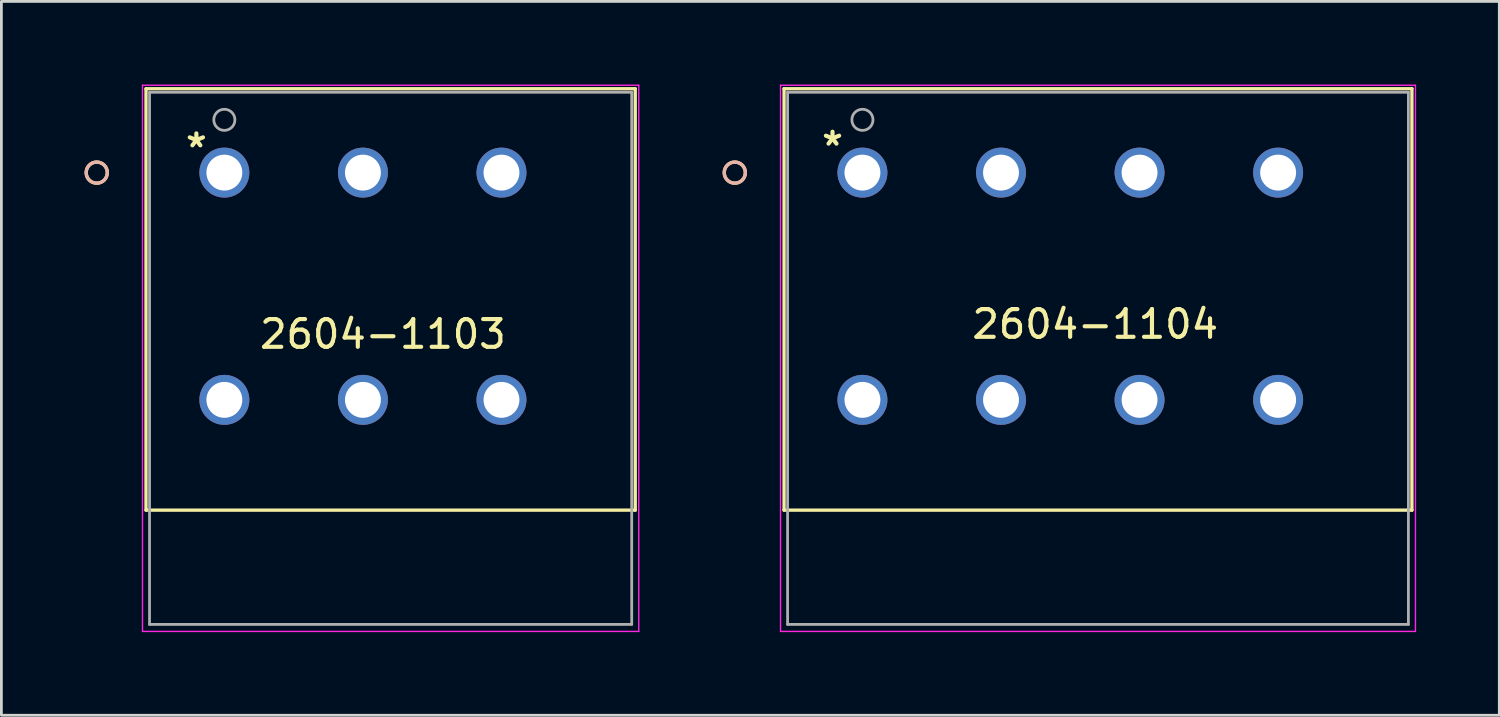
<source format=kicad_pcb>
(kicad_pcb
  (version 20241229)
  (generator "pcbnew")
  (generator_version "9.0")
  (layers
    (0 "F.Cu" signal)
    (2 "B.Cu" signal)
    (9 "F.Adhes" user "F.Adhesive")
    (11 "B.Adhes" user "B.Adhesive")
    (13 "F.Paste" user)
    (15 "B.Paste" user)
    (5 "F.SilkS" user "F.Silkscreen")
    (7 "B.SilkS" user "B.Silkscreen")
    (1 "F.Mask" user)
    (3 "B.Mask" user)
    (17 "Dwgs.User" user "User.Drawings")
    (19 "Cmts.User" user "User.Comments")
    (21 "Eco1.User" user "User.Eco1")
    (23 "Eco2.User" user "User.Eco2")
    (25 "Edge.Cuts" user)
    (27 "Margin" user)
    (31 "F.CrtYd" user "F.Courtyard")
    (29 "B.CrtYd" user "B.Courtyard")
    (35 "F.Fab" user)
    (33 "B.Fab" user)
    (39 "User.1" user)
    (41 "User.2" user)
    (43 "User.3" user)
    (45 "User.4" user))
  (footprint "2604-1103"
    (layer "F.Cu")
    (at 5.046 3.179)
    (property "Reference" "2604-1103" (at 5.72 5.83 0) (layer "F.SilkS") (effects (font (size 1 1) (thickness 0.15))))
    (attr through_hole)
    (fp_line (start -2.827 -3.027) (end -2.827 12.18) (stroke (width 0.12) (type solid)) (layer "F.SilkS"))
    (fp_line (start -2.827 12.18) (end 14.826 12.18) (stroke (width 0.12) (type solid)) (layer "F.SilkS"))
    (fp_line (start 14.826 -3.027) (end -2.827 -3.027) (stroke (width 0.12) (type solid)) (layer "F.SilkS"))
    (fp_line (start 14.826 12.18) (end 14.826 -3.027) (stroke (width 0.12) (type solid)) (layer "F.SilkS"))
    (fp_circle (center -4.605 0) (end -4.224 0) (stroke (width 0.12) (type solid)) (fill no) (layer "F.SilkS"))
    (fp_circle (center -4.605 0) (end -4.224 0) (stroke (width 0.12) (type solid)) (fill no) (layer "B.SilkS"))
    (fp_line (start -2.954 -3.154) (end -2.954 16.556) (stroke (width 0.05) (type solid)) (layer "F.CrtYd"))
    (fp_line (start -2.954 16.556) (end 14.953 16.556) (stroke (width 0.05) (type solid)) (layer "F.CrtYd"))
    (fp_line (start 14.953 -3.154) (end -2.954 -3.154) (stroke (width 0.05) (type solid)) (layer "F.CrtYd"))
    (fp_line (start 14.953 16.556) (end 14.953 -3.154) (stroke (width 0.05) (type solid)) (layer "F.CrtYd"))
    (fp_line (start -2.7 -2.9) (end -2.7 16.302) (stroke (width 0.1) (type solid)) (layer "F.Fab"))
    (fp_line (start -2.7 16.302) (end 14.699 16.302) (stroke (width 0.1) (type solid)) (layer "F.Fab"))
    (fp_line (start 14.699 -2.9) (end -2.7 -2.9) (stroke (width 0.1) (type solid)) (layer "F.Fab"))
    (fp_line (start 14.699 16.302) (end 14.699 -2.9) (stroke (width 0.1) (type solid)) (layer "F.Fab"))
    (fp_circle (center 0 -1.905) (end 0.381 -1.905) (stroke (width 0.1) (type solid)) (fill no) (layer "F.Fab"))
    (fp_text user "*" (at -1.01 -0.87 0) (layer "F.SilkS") (effects (font (size 1 1) (thickness 0.15))))
    (fp_text user "*" (at 0 0 0) (layer "F.Fab") (effects (font (size 1 1) (thickness 0.15))))
    (pad "1" thru_hole circle (at 0 0) (size 1.803 1.803) (drill 1.295) (layers "*.Cu" "*.Mask"))
    (pad "2" thru_hole circle (at 0 8.2) (size 1.803 1.803) (drill 1.295) (layers "*.Cu" "*.Mask"))
    (pad "3" thru_hole circle (at 5 0) (size 1.803 1.803) (drill 1.295) (layers "*.Cu" "*.Mask"))
    (pad "4" thru_hole circle (at 5 8.2) (size 1.803 1.803) (drill 1.295) (layers "*.Cu" "*.Mask"))
    (pad "5" thru_hole circle (at 10 0) (size 1.803 1.803) (drill 1.295) (layers "*.Cu" "*.Mask"))
    (pad "6" thru_hole circle (at 10 8.2) (size 1.803 1.803) (drill 1.295) (layers "*.Cu" "*.Mask")))
  (footprint "2604-1104"
    (layer "F.Cu")
    (at 28.071 3.179)
    (property "Reference" "2604-1104" (at 8.4 5.47 0) (layer "F.SilkS") (effects (font (size 1 1) (thickness 0.15))))
    (attr through_hole)
    (fp_line (start -2.828 -3.027) (end -2.828 12.18) (stroke (width 0.12) (type solid)) (layer "F.SilkS"))
    (fp_line (start -2.828 12.18) (end 19.828 12.18) (stroke (width 0.12) (type solid)) (layer "F.SilkS"))
    (fp_line (start 19.828 -3.027) (end -2.828 -3.027) (stroke (width 0.12) (type solid)) (layer "F.SilkS"))
    (fp_line (start 19.828 12.18) (end 19.828 -3.027) (stroke (width 0.12) (type solid)) (layer "F.SilkS"))
    (fp_circle (center -4.606 0) (end -4.225 0) (stroke (width 0.12) (type solid)) (fill no) (layer "F.SilkS"))
    (fp_circle (center -4.606 0) (end -4.225 0) (stroke (width 0.12) (type solid)) (fill no) (layer "B.SilkS"))
    (fp_line (start -2.955 -3.154) (end -2.955 16.556) (stroke (width 0.05) (type solid)) (layer "F.CrtYd"))
    (fp_line (start -2.955 16.556) (end 19.955 16.556) (stroke (width 0.05) (type solid)) (layer "F.CrtYd"))
    (fp_line (start 19.955 -3.154) (end -2.955 -3.154) (stroke (width 0.05) (type solid)) (layer "F.CrtYd"))
    (fp_line (start 19.955 16.556) (end 19.955 -3.154) (stroke (width 0.05) (type solid)) (layer "F.CrtYd"))
    (fp_line (start -2.701 -2.9) (end -2.701 16.302) (stroke (width 0.1) (type solid)) (layer "F.Fab"))
    (fp_line (start -2.701 16.302) (end 19.701 16.302) (stroke (width 0.1) (type solid)) (layer "F.Fab"))
    (fp_line (start 19.701 -2.9) (end -2.701 -2.9) (stroke (width 0.1) (type solid)) (layer "F.Fab"))
    (fp_line (start 19.701 16.302) (end 19.701 -2.9) (stroke (width 0.1) (type solid)) (layer "F.Fab"))
    (fp_circle (center 0 -1.905) (end 0.381 -1.905) (stroke (width 0.1) (type solid)) (fill no) (layer "F.Fab"))
    (fp_text user "*" (at -1.08 -0.93 0) (layer "F.SilkS") (effects (font (size 1 1) (thickness 0.15))))
    (fp_text user "*" (at 0 0 0) (layer "F.Fab") (effects (font (size 1 1) (thickness 0.15))))
    (pad "1" thru_hole circle (at 0 0) (size 1.803 1.803) (drill 1.295) (layers "*.Cu" "*.Mask"))
    (pad "2" thru_hole circle (at 0 8.2) (size 1.803 1.803) (drill 1.295) (layers "*.Cu" "*.Mask"))
    (pad "3" thru_hole circle (at 5 0) (size 1.803 1.803) (drill 1.295) (layers "*.Cu" "*.Mask"))
    (pad "4" thru_hole circle (at 5 8.2) (size 1.803 1.803) (drill 1.295) (layers "*.Cu" "*.Mask"))
    (pad "5" thru_hole circle (at 10 0) (size 1.803 1.803) (drill 1.295) (layers "*.Cu" "*.Mask"))
    (pad "6" thru_hole circle (at 10 8.2) (size 1.803 1.803) (drill 1.295) (layers "*.Cu" "*.Mask"))
    (pad "7" thru_hole circle (at 15 0) (size 1.803 1.803) (drill 1.295) (layers "*.Cu" "*.Mask"))
    (pad "8" thru_hole circle (at 15 8.2) (size 1.803 1.803) (drill 1.295) (layers "*.Cu" "*.Mask")))
  (gr_rect
    (start -3 -3)
    (end 51.052 22.76)
    (stroke (width 0.1) (type default))
    (fill no)
    (layer "Edge.Cuts")))
</source>
